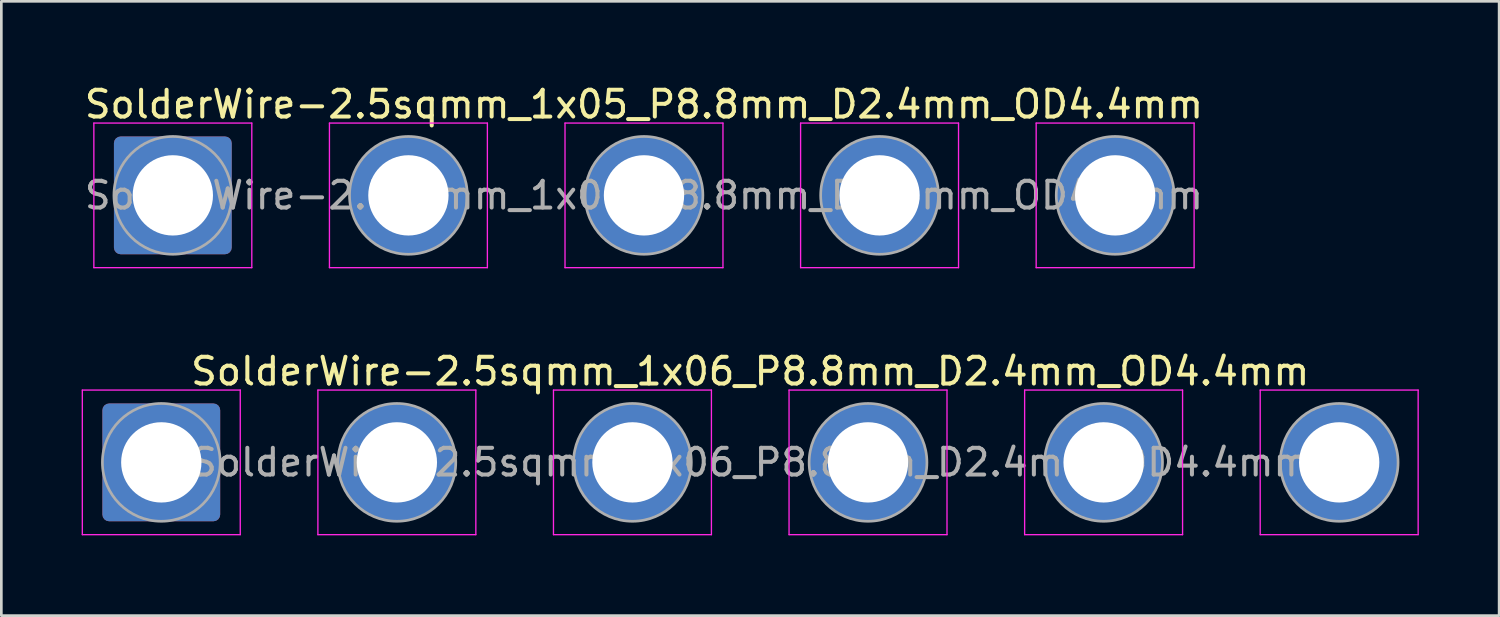
<source format=kicad_pcb>
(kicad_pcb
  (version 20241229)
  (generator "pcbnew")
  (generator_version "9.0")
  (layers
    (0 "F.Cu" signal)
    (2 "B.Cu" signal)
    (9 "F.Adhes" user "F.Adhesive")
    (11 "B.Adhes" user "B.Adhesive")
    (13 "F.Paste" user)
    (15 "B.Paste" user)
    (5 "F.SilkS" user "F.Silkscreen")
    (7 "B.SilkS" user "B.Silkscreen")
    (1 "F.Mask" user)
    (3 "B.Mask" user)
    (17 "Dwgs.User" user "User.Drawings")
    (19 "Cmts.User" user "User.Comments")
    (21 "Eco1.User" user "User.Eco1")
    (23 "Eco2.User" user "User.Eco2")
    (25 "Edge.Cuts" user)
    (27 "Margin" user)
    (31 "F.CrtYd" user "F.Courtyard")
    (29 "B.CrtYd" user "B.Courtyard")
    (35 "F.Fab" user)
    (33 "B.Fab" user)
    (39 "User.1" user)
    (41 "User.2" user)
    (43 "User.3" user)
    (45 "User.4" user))
  (footprint "SolderWire-2.5sqmm_1x05_P8.8mm_D2.4mm_OD4.4mm"
    (layer "F.Cu")
    (at 3.406 4.248)
    (property "Reference" "SolderWire-2.5sqmm_1x05_P8.8mm_D2.4mm_OD4.4mm" (at 17.6 -3.4 0) (layer "F.SilkS") (effects (font (size 1 1) (thickness 0.15))))
    (attr exclude_from_pos_files exclude_from_bom)
    (fp_line (start -2.95 -2.7) (end -2.95 2.7) (stroke (width 0.05) (type solid)) (layer "F.CrtYd"))
    (fp_line (start -2.95 2.7) (end 2.95 2.7) (stroke (width 0.05) (type solid)) (layer "F.CrtYd"))
    (fp_line (start 2.95 -2.7) (end -2.95 -2.7) (stroke (width 0.05) (type solid)) (layer "F.CrtYd"))
    (fp_line (start 2.95 2.7) (end 2.95 -2.7) (stroke (width 0.05) (type solid)) (layer "F.CrtYd"))
    (fp_line (start 5.85 -2.7) (end 5.85 2.7) (stroke (width 0.05) (type solid)) (layer "F.CrtYd"))
    (fp_line (start 5.85 2.7) (end 11.75 2.7) (stroke (width 0.05) (type solid)) (layer "F.CrtYd"))
    (fp_line (start 11.75 -2.7) (end 5.85 -2.7) (stroke (width 0.05) (type solid)) (layer "F.CrtYd"))
    (fp_line (start 11.75 2.7) (end 11.75 -2.7) (stroke (width 0.05) (type solid)) (layer "F.CrtYd"))
    (fp_line (start 14.65 -2.7) (end 14.65 2.7) (stroke (width 0.05) (type solid)) (layer "F.CrtYd"))
    (fp_line (start 14.65 2.7) (end 20.55 2.7) (stroke (width 0.05) (type solid)) (layer "F.CrtYd"))
    (fp_line (start 20.55 -2.7) (end 14.65 -2.7) (stroke (width 0.05) (type solid)) (layer "F.CrtYd"))
    (fp_line (start 20.55 2.7) (end 20.55 -2.7) (stroke (width 0.05) (type solid)) (layer "F.CrtYd"))
    (fp_line (start 23.45 -2.7) (end 23.45 2.7) (stroke (width 0.05) (type solid)) (layer "F.CrtYd"))
    (fp_line (start 23.45 2.7) (end 29.35 2.7) (stroke (width 0.05) (type solid)) (layer "F.CrtYd"))
    (fp_line (start 29.35 -2.7) (end 23.45 -2.7) (stroke (width 0.05) (type solid)) (layer "F.CrtYd"))
    (fp_line (start 29.35 2.7) (end 29.35 -2.7) (stroke (width 0.05) (type solid)) (layer "F.CrtYd"))
    (fp_line (start 32.25 -2.7) (end 32.25 2.7) (stroke (width 0.05) (type solid)) (layer "F.CrtYd"))
    (fp_line (start 32.25 2.7) (end 38.15 2.7) (stroke (width 0.05) (type solid)) (layer "F.CrtYd"))
    (fp_line (start 38.15 -2.7) (end 32.25 -2.7) (stroke (width 0.05) (type solid)) (layer "F.CrtYd"))
    (fp_line (start 38.15 2.7) (end 38.15 -2.7) (stroke (width 0.05) (type solid)) (layer "F.CrtYd"))
    (fp_circle (center 0 0) (end 2.2 0) (stroke (width 0.1) (type solid)) (fill no) (layer "F.Fab"))
    (fp_circle (center 8.8 0) (end 11 0) (stroke (width 0.1) (type solid)) (fill no) (layer "F.Fab"))
    (fp_circle (center 17.6 0) (end 19.8 0) (stroke (width 0.1) (type solid)) (fill no) (layer "F.Fab"))
    (fp_circle (center 26.4 0) (end 28.6 0) (stroke (width 0.1) (type solid)) (fill no) (layer "F.Fab"))
    (fp_circle (center 35.2 0) (end 37.4 0) (stroke (width 0.1) (type solid)) (fill no) (layer "F.Fab"))
    (fp_text user "${REFERENCE}" (at 17.6 0 0) (layer "F.Fab") (effects (font (size 1 1) (thickness 0.15))))
    (pad "1" thru_hole roundrect (at 0 0) (size 4.4 4.4) (drill 3) (layers "*.Cu" "*.Mask") (roundrect_rratio 0.057))
    (pad "2" thru_hole circle (at 8.8 0) (size 4.4 4.4) (drill 3) (layers "*.Cu" "*.Mask"))
    (pad "3" thru_hole circle (at 17.6 0) (size 4.4 4.4) (drill 3) (layers "*.Cu" "*.Mask"))
    (pad "4" thru_hole circle (at 26.4 0) (size 4.4 4.4) (drill 3) (layers "*.Cu" "*.Mask"))
    (pad "5" thru_hole circle (at 35.2 0) (size 4.4 4.4) (drill 3) (layers "*.Cu" "*.Mask")))
  (footprint "SolderWire-2.5sqmm_1x06_P8.8mm_D2.4mm_OD4.4mm"
    (layer "F.Cu")
    (at 2.975 14.222)
    (property "Reference" "SolderWire-2.5sqmm_1x06_P8.8mm_D2.4mm_OD4.4mm" (at 22 -3.4 0) (layer "F.SilkS") (effects (font (size 1 1) (thickness 0.15))))
    (attr exclude_from_pos_files exclude_from_bom)
    (fp_line (start -2.95 -2.7) (end -2.95 2.7) (stroke (width 0.05) (type solid)) (layer "F.CrtYd"))
    (fp_line (start -2.95 2.7) (end 2.95 2.7) (stroke (width 0.05) (type solid)) (layer "F.CrtYd"))
    (fp_line (start 2.95 -2.7) (end -2.95 -2.7) (stroke (width 0.05) (type solid)) (layer "F.CrtYd"))
    (fp_line (start 2.95 2.7) (end 2.95 -2.7) (stroke (width 0.05) (type solid)) (layer "F.CrtYd"))
    (fp_line (start 5.85 -2.7) (end 5.85 2.7) (stroke (width 0.05) (type solid)) (layer "F.CrtYd"))
    (fp_line (start 5.85 2.7) (end 11.75 2.7) (stroke (width 0.05) (type solid)) (layer "F.CrtYd"))
    (fp_line (start 11.75 -2.7) (end 5.85 -2.7) (stroke (width 0.05) (type solid)) (layer "F.CrtYd"))
    (fp_line (start 11.75 2.7) (end 11.75 -2.7) (stroke (width 0.05) (type solid)) (layer "F.CrtYd"))
    (fp_line (start 14.65 -2.7) (end 14.65 2.7) (stroke (width 0.05) (type solid)) (layer "F.CrtYd"))
    (fp_line (start 14.65 2.7) (end 20.55 2.7) (stroke (width 0.05) (type solid)) (layer "F.CrtYd"))
    (fp_line (start 20.55 -2.7) (end 14.65 -2.7) (stroke (width 0.05) (type solid)) (layer "F.CrtYd"))
    (fp_line (start 20.55 2.7) (end 20.55 -2.7) (stroke (width 0.05) (type solid)) (layer "F.CrtYd"))
    (fp_line (start 23.45 -2.7) (end 23.45 2.7) (stroke (width 0.05) (type solid)) (layer "F.CrtYd"))
    (fp_line (start 23.45 2.7) (end 29.35 2.7) (stroke (width 0.05) (type solid)) (layer "F.CrtYd"))
    (fp_line (start 29.35 -2.7) (end 23.45 -2.7) (stroke (width 0.05) (type solid)) (layer "F.CrtYd"))
    (fp_line (start 29.35 2.7) (end 29.35 -2.7) (stroke (width 0.05) (type solid)) (layer "F.CrtYd"))
    (fp_line (start 32.25 -2.7) (end 32.25 2.7) (stroke (width 0.05) (type solid)) (layer "F.CrtYd"))
    (fp_line (start 32.25 2.7) (end 38.15 2.7) (stroke (width 0.05) (type solid)) (layer "F.CrtYd"))
    (fp_line (start 38.15 -2.7) (end 32.25 -2.7) (stroke (width 0.05) (type solid)) (layer "F.CrtYd"))
    (fp_line (start 38.15 2.7) (end 38.15 -2.7) (stroke (width 0.05) (type solid)) (layer "F.CrtYd"))
    (fp_line (start 41.05 -2.7) (end 41.05 2.7) (stroke (width 0.05) (type solid)) (layer "F.CrtYd"))
    (fp_line (start 41.05 2.7) (end 46.95 2.7) (stroke (width 0.05) (type solid)) (layer "F.CrtYd"))
    (fp_line (start 46.95 -2.7) (end 41.05 -2.7) (stroke (width 0.05) (type solid)) (layer "F.CrtYd"))
    (fp_line (start 46.95 2.7) (end 46.95 -2.7) (stroke (width 0.05) (type solid)) (layer "F.CrtYd"))
    (fp_circle (center 0 0) (end 2.2 0) (stroke (width 0.1) (type solid)) (fill no) (layer "F.Fab"))
    (fp_circle (center 8.8 0) (end 11 0) (stroke (width 0.1) (type solid)) (fill no) (layer "F.Fab"))
    (fp_circle (center 17.6 0) (end 19.8 0) (stroke (width 0.1) (type solid)) (fill no) (layer "F.Fab"))
    (fp_circle (center 26.4 0) (end 28.6 0) (stroke (width 0.1) (type solid)) (fill no) (layer "F.Fab"))
    (fp_circle (center 35.2 0) (end 37.4 0) (stroke (width 0.1) (type solid)) (fill no) (layer "F.Fab"))
    (fp_circle (center 44 0) (end 46.2 0) (stroke (width 0.1) (type solid)) (fill no) (layer "F.Fab"))
    (fp_text user "${REFERENCE}" (at 22 0 0) (layer "F.Fab") (effects (font (size 1 1) (thickness 0.15))))
    (pad "1" thru_hole roundrect (at 0 0) (size 4.4 4.4) (drill 3) (layers "*.Cu" "*.Mask") (roundrect_rratio 0.057))
    (pad "2" thru_hole circle (at 8.8 0) (size 4.4 4.4) (drill 3) (layers "*.Cu" "*.Mask"))
    (pad "3" thru_hole circle (at 17.6 0) (size 4.4 4.4) (drill 3) (layers "*.Cu" "*.Mask"))
    (pad "4" thru_hole circle (at 26.4 0) (size 4.4 4.4) (drill 3) (layers "*.Cu" "*.Mask"))
    (pad "5" thru_hole circle (at 35.2 0) (size 4.4 4.4) (drill 3) (layers "*.Cu" "*.Mask"))
    (pad "6" thru_hole circle (at 44 0) (size 4.4 4.4) (drill 3) (layers "*.Cu" "*.Mask")))
  (gr_rect
    (start -3 -3)
    (end 52.95 19.947)
    (stroke (width 0.1) (type default))
    (fill no)
    (layer "Edge.Cuts")))
</source>
